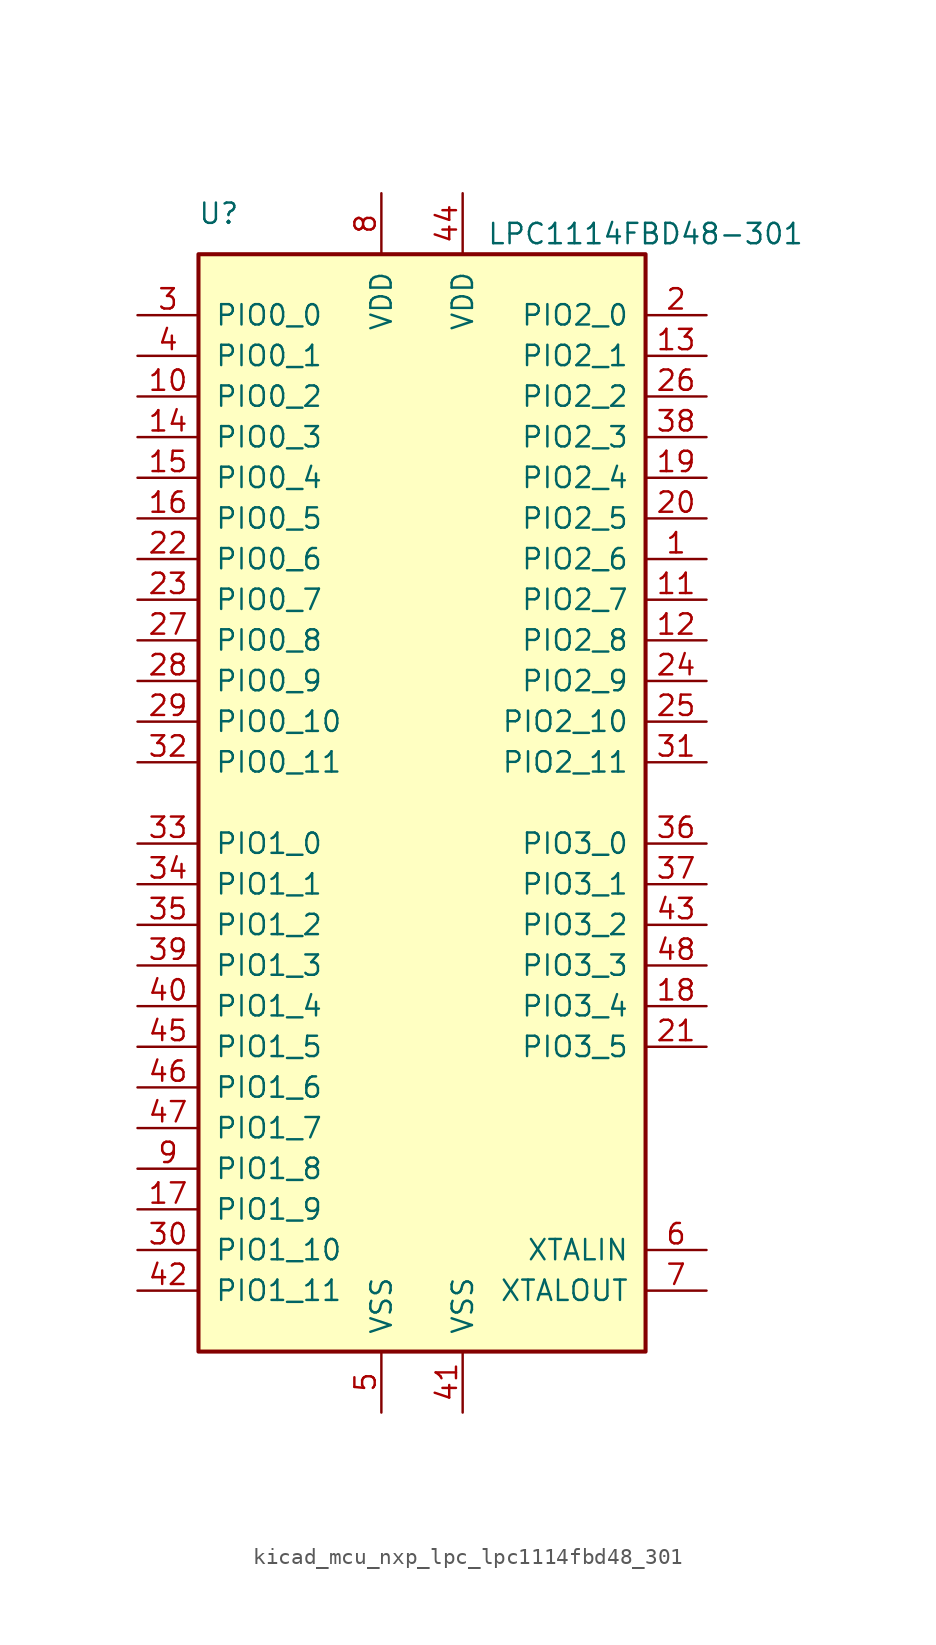
<source format=kicad_sym>
(kicad_symbol_lib
  (version 20220914)
  (generator kicad_symbol_editor)
  (symbol "kicad_mcu_nxp_lpc_lpc1114fbd48_301"
    (pin_names
      (offset 1.016))
    (property "Reference" "U"
      (at -12.7 36.83 0)
      (effects (font (size 1.27 1.27))))
    (property "Value" "LPC1114FBD48-301"
      (at 13.97 35.56 0)
      (effects (font (size 1.27 1.27))))
    (symbol "kicad_mcu_nxp_lpc_lpc1114fbd48_301_0_1"
      (rectangle (start -13.97 34.29) (end 13.97 -34.29) (stroke (width 0.254) (type default)) (fill (type background))))
    (symbol "kicad_mcu_nxp_lpc_lpc1114fbd48_301_1_1"
      (pin bidirectional line (at 17.78 15.24 180) (length 3.81) (name "PIO2_6" (effects (font (size 1.27 1.27)))) (number "1" (effects (font (size 1.27 1.27)))))
      (pin bidirectional line (at -17.78 25.4 0) (length 3.81) (name "PIO0_2" (effects (font (size 1.27 1.27)))) (number "10" (effects (font (size 1.27 1.27)))))
      (pin bidirectional line (at 17.78 12.7 180) (length 3.81) (name "PIO2_7" (effects (font (size 1.27 1.27)))) (number "11" (effects (font (size 1.27 1.27)))))
      (pin bidirectional line (at 17.78 10.16 180) (length 3.81) (name "PIO2_8" (effects (font (size 1.27 1.27)))) (number "12" (effects (font (size 1.27 1.27)))))
      (pin bidirectional line (at 17.78 27.94 180) (length 3.81) (name "PIO2_1" (effects (font (size 1.27 1.27)))) (number "13" (effects (font (size 1.27 1.27)))))
      (pin bidirectional line (at -17.78 22.86 0) (length 3.81) (name "PIO0_3" (effects (font (size 1.27 1.27)))) (number "14" (effects (font (size 1.27 1.27)))))
      (pin bidirectional line (at -17.78 20.32 0) (length 3.81) (name "PIO0_4" (effects (font (size 1.27 1.27)))) (number "15" (effects (font (size 1.27 1.27)))))
      (pin bidirectional line (at -17.78 17.78 0) (length 3.81) (name "PIO0_5" (effects (font (size 1.27 1.27)))) (number "16" (effects (font (size 1.27 1.27)))))
      (pin bidirectional line (at -17.78 -25.4 0) (length 3.81) (name "PIO1_9" (effects (font (size 1.27 1.27)))) (number "17" (effects (font (size 1.27 1.27)))))
      (pin bidirectional line (at 17.78 -12.7 180) (length 3.81) (name "PIO3_4" (effects (font (size 1.27 1.27)))) (number "18" (effects (font (size 1.27 1.27)))))
      (pin bidirectional line (at 17.78 20.32 180) (length 3.81) (name "PIO2_4" (effects (font (size 1.27 1.27)))) (number "19" (effects (font (size 1.27 1.27)))))
      (pin bidirectional line (at 17.78 30.48 180) (length 3.81) (name "PIO2_0" (effects (font (size 1.27 1.27)))) (number "2" (effects (font (size 1.27 1.27)))))
      (pin bidirectional line (at 17.78 17.78 180) (length 3.81) (name "PIO2_5" (effects (font (size 1.27 1.27)))) (number "20" (effects (font (size 1.27 1.27)))))
      (pin bidirectional line (at 17.78 -15.24 180) (length 3.81) (name "PIO3_5" (effects (font (size 1.27 1.27)))) (number "21" (effects (font (size 1.27 1.27)))))
      (pin bidirectional line (at -17.78 15.24 0) (length 3.81) (name "PIO0_6" (effects (font (size 1.27 1.27)))) (number "22" (effects (font (size 1.27 1.27)))))
      (pin bidirectional line (at -17.78 12.7 0) (length 3.81) (name "PIO0_7" (effects (font (size 1.27 1.27)))) (number "23" (effects (font (size 1.27 1.27)))))
      (pin bidirectional line (at 17.78 7.62 180) (length 3.81) (name "PIO2_9" (effects (font (size 1.27 1.27)))) (number "24" (effects (font (size 1.27 1.27)))))
      (pin bidirectional line (at 17.78 5.08 180) (length 3.81) (name "PIO2_10" (effects (font (size 1.27 1.27)))) (number "25" (effects (font (size 1.27 1.27)))))
      (pin bidirectional line (at 17.78 25.4 180) (length 3.81) (name "PIO2_2" (effects (font (size 1.27 1.27)))) (number "26" (effects (font (size 1.27 1.27)))))
      (pin bidirectional line (at -17.78 10.16 0) (length 3.81) (name "PIO0_8" (effects (font (size 1.27 1.27)))) (number "27" (effects (font (size 1.27 1.27)))))
      (pin bidirectional line (at -17.78 7.62 0) (length 3.81) (name "PIO0_9" (effects (font (size 1.27 1.27)))) (number "28" (effects (font (size 1.27 1.27)))))
      (pin bidirectional line (at -17.78 5.08 0) (length 3.81) (name "PIO0_10" (effects (font (size 1.27 1.27)))) (number "29" (effects (font (size 1.27 1.27)))))
      (pin bidirectional line (at -17.78 30.48 0) (length 3.81) (name "PIO0_0" (effects (font (size 1.27 1.27)))) (number "3" (effects (font (size 1.27 1.27)))))
      (pin bidirectional line (at -17.78 -27.94 0) (length 3.81) (name "PIO1_10" (effects (font (size 1.27 1.27)))) (number "30" (effects (font (size 1.27 1.27)))))
      (pin bidirectional line (at 17.78 2.54 180) (length 3.81) (name "PIO2_11" (effects (font (size 1.27 1.27)))) (number "31" (effects (font (size 1.27 1.27)))))
      (pin bidirectional line (at -17.78 2.54 0) (length 3.81) (name "PIO0_11" (effects (font (size 1.27 1.27)))) (number "32" (effects (font (size 1.27 1.27)))))
      (pin bidirectional line (at -17.78 -2.54 0) (length 3.81) (name "PIO1_0" (effects (font (size 1.27 1.27)))) (number "33" (effects (font (size 1.27 1.27)))))
      (pin bidirectional line (at -17.78 -5.08 0) (length 3.81) (name "PIO1_1" (effects (font (size 1.27 1.27)))) (number "34" (effects (font (size 1.27 1.27)))))
      (pin bidirectional line (at -17.78 -7.62 0) (length 3.81) (name "PIO1_2" (effects (font (size 1.27 1.27)))) (number "35" (effects (font (size 1.27 1.27)))))
      (pin bidirectional line (at 17.78 -2.54 180) (length 3.81) (name "PIO3_0" (effects (font (size 1.27 1.27)))) (number "36" (effects (font (size 1.27 1.27)))))
      (pin bidirectional line (at 17.78 -5.08 180) (length 3.81) (name "PIO3_1" (effects (font (size 1.27 1.27)))) (number "37" (effects (font (size 1.27 1.27)))))
      (pin bidirectional line (at 17.78 22.86 180) (length 3.81) (name "PIO2_3" (effects (font (size 1.27 1.27)))) (number "38" (effects (font (size 1.27 1.27)))))
      (pin bidirectional line (at -17.78 -10.16 0) (length 3.81) (name "PIO1_3" (effects (font (size 1.27 1.27)))) (number "39" (effects (font (size 1.27 1.27)))))
      (pin bidirectional line (at -17.78 27.94 0) (length 3.81) (name "PIO0_1" (effects (font (size 1.27 1.27)))) (number "4" (effects (font (size 1.27 1.27)))))
      (pin bidirectional line (at -17.78 -12.7 0) (length 3.81) (name "PIO1_4" (effects (font (size 1.27 1.27)))) (number "40" (effects (font (size 1.27 1.27)))))
      (pin power_in line (at 2.54 -38.1 90) (length 3.81) (name "VSS" (effects (font (size 1.27 1.27)))) (number "41" (effects (font (size 1.27 1.27)))))
      (pin bidirectional line (at -17.78 -30.48 0) (length 3.81) (name "PIO1_11" (effects (font (size 1.27 1.27)))) (number "42" (effects (font (size 1.27 1.27)))))
      (pin bidirectional line (at 17.78 -7.62 180) (length 3.81) (name "PIO3_2" (effects (font (size 1.27 1.27)))) (number "43" (effects (font (size 1.27 1.27)))))
      (pin power_in line (at 2.54 38.1 270) (length 3.81) (name "VDD" (effects (font (size 1.27 1.27)))) (number "44" (effects (font (size 1.27 1.27)))))
      (pin bidirectional line (at -17.78 -15.24 0) (length 3.81) (name "PIO1_5" (effects (font (size 1.27 1.27)))) (number "45" (effects (font (size 1.27 1.27)))))
      (pin bidirectional line (at -17.78 -17.78 0) (length 3.81) (name "PIO1_6" (effects (font (size 1.27 1.27)))) (number "46" (effects (font (size 1.27 1.27)))))
      (pin bidirectional line (at -17.78 -20.32 0) (length 3.81) (name "PIO1_7" (effects (font (size 1.27 1.27)))) (number "47" (effects (font (size 1.27 1.27)))))
      (pin bidirectional line (at 17.78 -10.16 180) (length 3.81) (name "PIO3_3" (effects (font (size 1.27 1.27)))) (number "48" (effects (font (size 1.27 1.27)))))
      (pin power_in line (at -2.54 -38.1 90) (length 3.81) (name "VSS" (effects (font (size 1.27 1.27)))) (number "5" (effects (font (size 1.27 1.27)))))
      (pin input line (at 17.78 -27.94 180) (length 3.81) (name "XTALIN" (effects (font (size 1.27 1.27)))) (number "6" (effects (font (size 1.27 1.27)))))
      (pin output line (at 17.78 -30.48 180) (length 3.81) (name "XTALOUT" (effects (font (size 1.27 1.27)))) (number "7" (effects (font (size 1.27 1.27)))))
      (pin power_in line (at -2.54 38.1 270) (length 3.81) (name "VDD" (effects (font (size 1.27 1.27)))) (number "8" (effects (font (size 1.27 1.27)))))
      (pin bidirectional line (at -17.78 -22.86 0) (length 3.81) (name "PIO1_8" (effects (font (size 1.27 1.27)))) (number "9" (effects (font (size 1.27 1.27))))))))
</source>
